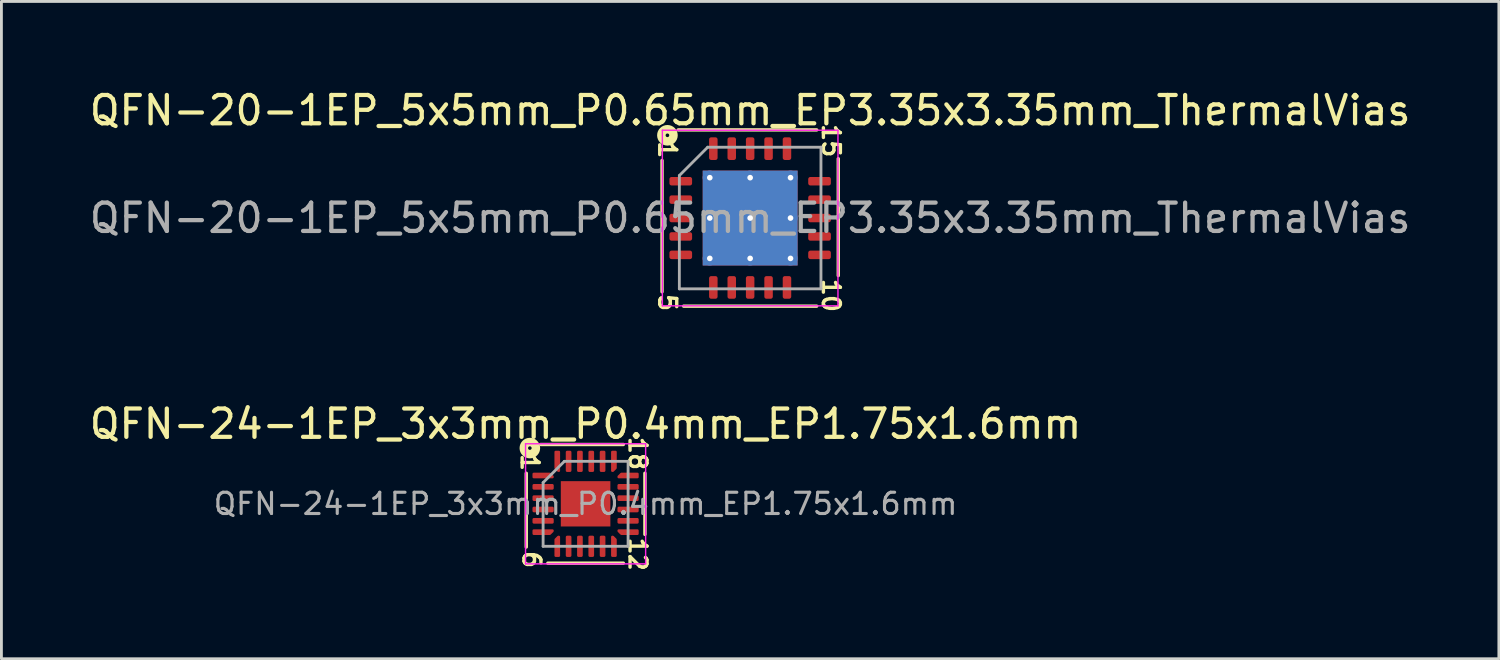
<source format=kicad_pcb>
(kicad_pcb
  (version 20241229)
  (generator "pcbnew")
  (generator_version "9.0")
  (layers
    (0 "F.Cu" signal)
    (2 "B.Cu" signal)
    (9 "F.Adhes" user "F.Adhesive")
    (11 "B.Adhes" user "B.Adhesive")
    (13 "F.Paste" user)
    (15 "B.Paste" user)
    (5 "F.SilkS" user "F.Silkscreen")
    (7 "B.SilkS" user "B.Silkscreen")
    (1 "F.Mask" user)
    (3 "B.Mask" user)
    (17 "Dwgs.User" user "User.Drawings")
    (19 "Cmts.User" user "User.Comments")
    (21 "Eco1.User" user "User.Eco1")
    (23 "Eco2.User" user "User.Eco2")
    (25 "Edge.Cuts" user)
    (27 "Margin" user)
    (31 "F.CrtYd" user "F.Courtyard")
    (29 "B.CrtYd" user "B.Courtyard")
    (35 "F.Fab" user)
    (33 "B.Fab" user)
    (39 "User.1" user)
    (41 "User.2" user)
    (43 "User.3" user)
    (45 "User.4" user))
  (footprint "QFN-24-1EP_3x3mm_P0.4mm_EP1.75x1.6mm"
    (layer "F.Cu")
    (at 17.625 14.738)
    (property "Reference" "QFN-24-1EP_3x3mm_P0.4mm_EP1.75x1.6mm" (at 0 -2.82 0) (layer "F.SilkS") (effects (font (size 1 1) (thickness 0.15))))
    (attr smd)
    (fp_line (start -2.095 -1.079) (end -2.095 1.524) (stroke (width 0.12) (type solid)) (layer "F.SilkS"))
    (fp_line (start -1.333 2.095) (end 1.333 2.095) (stroke (width 0.12) (type solid)) (layer "F.SilkS"))
    (fp_line (start 1.333 -2.095) (end -1.587 -2.095) (stroke (width 0.12) (type solid)) (layer "F.SilkS"))
    (fp_line (start 2.095 1.079) (end 2.095 -1.079) (stroke (width 0.12) (type solid)) (layer "F.SilkS"))
    (fp_circle (center -1.968 -1.968) (end -1.905 -1.968) (stroke (width 0.3) (type solid)) (fill no) (layer "F.SilkS"))
    (fp_line (start -2.12 -2.12) (end -2.12 2.12) (stroke (width 0.05) (type solid)) (layer "F.CrtYd"))
    (fp_line (start -2.12 2.12) (end 2.12 2.12) (stroke (width 0.05) (type solid)) (layer "F.CrtYd"))
    (fp_line (start 2.12 -2.12) (end -2.12 -2.12) (stroke (width 0.05) (type solid)) (layer "F.CrtYd"))
    (fp_line (start 2.12 2.12) (end 2.12 -2.12) (stroke (width 0.05) (type solid)) (layer "F.CrtYd"))
    (fp_line (start -1.5 -0.75) (end -0.75 -1.5) (stroke (width 0.1) (type solid)) (layer "F.Fab"))
    (fp_line (start -1.5 1.5) (end -1.5 -0.75) (stroke (width 0.1) (type solid)) (layer "F.Fab"))
    (fp_line (start -0.75 -1.5) (end 1.5 -1.5) (stroke (width 0.1) (type solid)) (layer "F.Fab"))
    (fp_line (start 1.5 -1.5) (end 1.5 1.5) (stroke (width 0.1) (type solid)) (layer "F.Fab"))
    (fp_line (start 1.5 1.5) (end -1.5 1.5) (stroke (width 0.1) (type solid)) (layer "F.Fab"))
    (fp_text user "6" (at -1.905 1.968 270) (unlocked yes) (layer "F.SilkS") (effects (font (size 0.6 0.6) (thickness 0.12))))
    (fp_text user "18" (at 1.841 -1.778 270) (unlocked yes) (layer "F.SilkS") (effects (font (size 0.6 0.6) (thickness 0.12))))
    (fp_text user "12" (at 1.841 1.778 270) (unlocked yes) (layer "F.SilkS") (effects (font (size 0.6 0.6) (thickness 0.12))))
    (fp_text user "1" (at -1.968 -1.46 270) (unlocked yes) (layer "F.SilkS") (effects (font (size 0.6 0.6) (thickness 0.12))))
    (fp_text user "${REFERENCE}" (at 0 0 0) (layer "F.Fab") (effects (font (size 0.75 0.75) (thickness 0.11))))
    (pad "" smd roundrect (at -0.44 -0.4) (size 0.71 0.64) (layers "F.Paste") (roundrect_rratio 0.25))
    (pad "" smd roundrect (at -0.44 0.4) (size 0.71 0.64) (layers "F.Paste") (roundrect_rratio 0.25))
    (pad "" smd roundrect (at 0.44 -0.4) (size 0.71 0.64) (layers "F.Paste") (roundrect_rratio 0.25))
    (pad "" smd roundrect (at 0.44 0.4) (size 0.71 0.64) (layers "F.Paste") (roundrect_rratio 0.25))
    (pad "1" smd custom (at -1.5 -1) (size 0.115 0.115) (layers "F.Cu" "F.Mask" "F.Paste") (options (anchor circle)) (primitives (gr_poly (pts (xy 0.335 0.037) (xy 0.335 0.06) (xy -0.335 0.06) (xy -0.335 -0.06) (xy 0.238 -0.06)) (width 0.08) (fill yes))))
    (pad "2" smd roundrect (at -1.5 -0.6) (size 0.75 0.2) (layers "F.Cu" "F.Mask" "F.Paste") (roundrect_rratio 0.25))
    (pad "3" smd roundrect (at -1.5 -0.2) (size 0.75 0.2) (layers "F.Cu" "F.Mask" "F.Paste") (roundrect_rratio 0.25))
    (pad "4" smd roundrect (at -1.5 0.2) (size 0.75 0.2) (layers "F.Cu" "F.Mask" "F.Paste") (roundrect_rratio 0.25))
    (pad "5" smd roundrect (at -1.5 0.6) (size 0.75 0.2) (layers "F.Cu" "F.Mask" "F.Paste") (roundrect_rratio 0.25))
    (pad "6" smd custom (at -1.5 1) (size 0.115 0.115) (layers "F.Cu" "F.Mask" "F.Paste") (options (anchor circle)) (primitives (gr_poly (pts (xy 0.335 -0.037) (xy 0.238 0.06) (xy -0.335 0.06) (xy -0.335 -0.06) (xy 0.335 -0.06)) (width 0.08) (fill yes))))
    (pad "7" smd custom (at -1 1.5) (size 0.115 0.115) (layers "F.Cu" "F.Mask" "F.Paste") (options (anchor circle)) (primitives (gr_poly (pts (xy 0.06 0.335) (xy -0.06 0.335) (xy -0.06 -0.238) (xy 0.037 -0.335) (xy 0.06 -0.335)) (width 0.08) (fill yes))))
    (pad "8" smd roundrect (at -0.6 1.5) (size 0.2 0.75) (layers "F.Cu" "F.Mask" "F.Paste") (roundrect_rratio 0.25))
    (pad "9" smd roundrect (at -0.2 1.5) (size 0.2 0.75) (layers "F.Cu" "F.Mask" "F.Paste") (roundrect_rratio 0.25))
    (pad "10" smd roundrect (at 0.2 1.5) (size 0.2 0.75) (layers "F.Cu" "F.Mask" "F.Paste") (roundrect_rratio 0.25))
    (pad "11" smd roundrect (at 0.6 1.5) (size 0.2 0.75) (layers "F.Cu" "F.Mask" "F.Paste") (roundrect_rratio 0.25))
    (pad "12" smd custom (at 1 1.5) (size 0.115 0.115) (layers "F.Cu" "F.Mask" "F.Paste") (options (anchor circle)) (primitives (gr_poly (pts (xy 0.06 -0.238) (xy 0.06 0.335) (xy -0.06 0.335) (xy -0.06 -0.335) (xy -0.037 -0.335)) (width 0.08) (fill yes))))
    (pad "13" smd custom (at 1.5 1) (size 0.115 0.115) (layers "F.Cu" "F.Mask" "F.Paste") (options (anchor circle)) (primitives (gr_poly (pts (xy 0.335 0.06) (xy -0.238 0.06) (xy -0.335 -0.037) (xy -0.335 -0.06) (xy 0.335 -0.06)) (width 0.08) (fill yes))))
    (pad "14" smd roundrect (at 1.5 0.6) (size 0.75 0.2) (layers "F.Cu" "F.Mask" "F.Paste") (roundrect_rratio 0.25))
    (pad "15" smd roundrect (at 1.5 0.2) (size 0.75 0.2) (layers "F.Cu" "F.Mask" "F.Paste") (roundrect_rratio 0.25))
    (pad "16" smd roundrect (at 1.5 -0.2) (size 0.75 0.2) (layers "F.Cu" "F.Mask" "F.Paste") (roundrect_rratio 0.25))
    (pad "17" smd roundrect (at 1.5 -0.6) (size 0.75 0.2) (layers "F.Cu" "F.Mask" "F.Paste") (roundrect_rratio 0.25))
    (pad "18" smd custom (at 1.5 -1) (size 0.115 0.115) (layers "F.Cu" "F.Mask" "F.Paste") (options (anchor circle)) (primitives (gr_poly (pts (xy 0.335 0.06) (xy -0.335 0.06) (xy -0.335 0.037) (xy -0.238 -0.06) (xy 0.335 -0.06)) (width 0.08) (fill yes))))
    (pad "19" smd custom (at 1 -1.5) (size 0.115 0.115) (layers "F.Cu" "F.Mask" "F.Paste") (options (anchor circle)) (primitives (gr_poly (pts (xy 0.06 0.238) (xy -0.037 0.335) (xy -0.06 0.335) (xy -0.06 -0.335) (xy 0.06 -0.335)) (width 0.08) (fill yes))))
    (pad "20" smd roundrect (at 0.6 -1.5) (size 0.2 0.75) (layers "F.Cu" "F.Mask" "F.Paste") (roundrect_rratio 0.25))
    (pad "21" smd roundrect (at 0.2 -1.5) (size 0.2 0.75) (layers "F.Cu" "F.Mask" "F.Paste") (roundrect_rratio 0.25))
    (pad "22" smd roundrect (at -0.2 -1.5) (size 0.2 0.75) (layers "F.Cu" "F.Mask" "F.Paste") (roundrect_rratio 0.25))
    (pad "23" smd roundrect (at -0.6 -1.5) (size 0.2 0.75) (layers "F.Cu" "F.Mask" "F.Paste") (roundrect_rratio 0.25))
    (pad "24" smd custom (at -1 -1.5) (size 0.115 0.115) (layers "F.Cu" "F.Mask" "F.Paste") (options (anchor circle)) (primitives (gr_poly (pts (xy 0.06 0.335) (xy 0.037 0.335) (xy -0.06 0.238) (xy -0.06 -0.335) (xy 0.06 -0.335)) (width 0.08) (fill yes))))
    (pad "25" smd rect (at 0 0) (size 1.75 1.6) (layers "F.Cu" "F.Mask")))
  (footprint "QFN-20-1EP_5x5mm_P0.65mm_EP3.35x3.35mm_ThermalVias"
    (layer "F.Cu")
    (at 23.435 4.648)
    (property "Reference" "QFN-20-1EP_5x5mm_P0.65mm_EP3.35x3.35mm_ThermalVias" (at 0 -3.8 0) (layer "F.SilkS") (effects (font (size 1 1) (thickness 0.15))))
    (attr smd)
    (fp_line (start -3.111 -2.032) (end -3.111 2.603) (stroke (width 0.12) (type solid)) (layer "F.SilkS"))
    (fp_line (start -2.349 3.111) (end 2.349 3.111) (stroke (width 0.12) (type solid)) (layer "F.SilkS"))
    (fp_line (start 2.349 -3.111) (end -2.54 -3.111) (stroke (width 0.12) (type solid)) (layer "F.SilkS"))
    (fp_line (start 3.111 2.032) (end 3.111 -2.095) (stroke (width 0.12) (type solid)) (layer "F.SilkS"))
    (fp_circle (center -2.921 -2.921) (end -2.857 -2.921) (stroke (width 0.3) (type solid)) (fill no) (layer "F.SilkS"))
    (fp_line (start -3.1 -3.1) (end -3.1 3.1) (stroke (width 0.05) (type solid)) (layer "F.CrtYd"))
    (fp_line (start -3.1 3.1) (end 3.1 3.1) (stroke (width 0.05) (type solid)) (layer "F.CrtYd"))
    (fp_line (start 3.1 -3.1) (end -3.1 -3.1) (stroke (width 0.05) (type solid)) (layer "F.CrtYd"))
    (fp_line (start 3.1 3.1) (end 3.1 -3.1) (stroke (width 0.05) (type solid)) (layer "F.CrtYd"))
    (fp_line (start -2.5 -1.5) (end -1.5 -2.5) (stroke (width 0.1) (type solid)) (layer "F.Fab"))
    (fp_line (start -2.5 2.5) (end -2.5 -1.5) (stroke (width 0.1) (type solid)) (layer "F.Fab"))
    (fp_line (start -1.5 -2.5) (end 2.5 -2.5) (stroke (width 0.1) (type solid)) (layer "F.Fab"))
    (fp_line (start 2.5 -2.5) (end 2.5 2.5) (stroke (width 0.1) (type solid)) (layer "F.Fab"))
    (fp_line (start 2.5 2.5) (end -2.5 2.5) (stroke (width 0.1) (type solid)) (layer "F.Fab"))
    (fp_text user "1" (at -2.921 -2.413 270) (unlocked yes) (layer "F.SilkS") (effects (font (size 0.6 0.6) (thickness 0.12))))
    (fp_text user "15" (at 2.857 -2.731 270) (unlocked yes) (layer "F.SilkS") (effects (font (size 0.6 0.6) (thickness 0.12))))
    (fp_text user "10" (at 2.857 2.731 270) (unlocked yes) (layer "F.SilkS") (effects (font (size 0.6 0.6) (thickness 0.12))))
    (fp_text user "5" (at -2.921 2.985 270) (unlocked yes) (layer "F.SilkS") (effects (font (size 0.6 0.6) (thickness 0.12))))
    (fp_text user "${REFERENCE}" (at 0 0 0) (layer "F.Fab") (effects (font (size 1 1) (thickness 0.15))))
    (pad "" smd roundrect (at -0.84 -0.84) (size 1.45 1.45) (layers "F.Paste") (roundrect_rratio 0.172))
    (pad "" smd roundrect (at -0.84 0.84) (size 1.45 1.45) (layers "F.Paste") (roundrect_rratio 0.172))
    (pad "" smd roundrect (at 0.84 -0.84) (size 1.45 1.45) (layers "F.Paste") (roundrect_rratio 0.172))
    (pad "" smd roundrect (at 0.84 0.84) (size 1.45 1.45) (layers "F.Paste") (roundrect_rratio 0.172))
    (pad "1" smd roundrect (at -2.45 -1.3) (size 0.8 0.3) (layers "F.Cu" "F.Mask" "F.Paste") (roundrect_rratio 0.25))
    (pad "2" smd roundrect (at -2.45 -0.65) (size 0.8 0.3) (layers "F.Cu" "F.Mask" "F.Paste") (roundrect_rratio 0.25))
    (pad "3" smd roundrect (at -2.45 0) (size 0.8 0.3) (layers "F.Cu" "F.Mask" "F.Paste") (roundrect_rratio 0.25))
    (pad "4" smd roundrect (at -2.45 0.65) (size 0.8 0.3) (layers "F.Cu" "F.Mask" "F.Paste") (roundrect_rratio 0.25))
    (pad "5" smd roundrect (at -2.45 1.3) (size 0.8 0.3) (layers "F.Cu" "F.Mask" "F.Paste") (roundrect_rratio 0.25))
    (pad "6" smd roundrect (at -1.3 2.45) (size 0.3 0.8) (layers "F.Cu" "F.Mask" "F.Paste") (roundrect_rratio 0.25))
    (pad "7" smd roundrect (at -0.65 2.45) (size 0.3 0.8) (layers "F.Cu" "F.Mask" "F.Paste") (roundrect_rratio 0.25))
    (pad "8" smd roundrect (at 0 2.45) (size 0.3 0.8) (layers "F.Cu" "F.Mask" "F.Paste") (roundrect_rratio 0.25))
    (pad "9" smd roundrect (at 0.65 2.45) (size 0.3 0.8) (layers "F.Cu" "F.Mask" "F.Paste") (roundrect_rratio 0.25))
    (pad "10" smd roundrect (at 1.3 2.45) (size 0.3 0.8) (layers "F.Cu" "F.Mask" "F.Paste") (roundrect_rratio 0.25))
    (pad "11" smd roundrect (at 2.45 1.3) (size 0.8 0.3) (layers "F.Cu" "F.Mask" "F.Paste") (roundrect_rratio 0.25))
    (pad "12" smd roundrect (at 2.45 0.65) (size 0.8 0.3) (layers "F.Cu" "F.Mask" "F.Paste") (roundrect_rratio 0.25))
    (pad "13" smd roundrect (at 2.45 0) (size 0.8 0.3) (layers "F.Cu" "F.Mask" "F.Paste") (roundrect_rratio 0.25))
    (pad "14" smd roundrect (at 2.45 -0.65) (size 0.8 0.3) (layers "F.Cu" "F.Mask" "F.Paste") (roundrect_rratio 0.25))
    (pad "15" smd roundrect (at 2.45 -1.3) (size 0.8 0.3) (layers "F.Cu" "F.Mask" "F.Paste") (roundrect_rratio 0.25))
    (pad "16" smd roundrect (at 1.3 -2.45) (size 0.3 0.8) (layers "F.Cu" "F.Mask" "F.Paste") (roundrect_rratio 0.25))
    (pad "17" smd roundrect (at 0.65 -2.45) (size 0.3 0.8) (layers "F.Cu" "F.Mask" "F.Paste") (roundrect_rratio 0.25))
    (pad "18" smd roundrect (at 0 -2.45) (size 0.3 0.8) (layers "F.Cu" "F.Mask" "F.Paste") (roundrect_rratio 0.25))
    (pad "19" smd roundrect (at -0.65 -2.45) (size 0.3 0.8) (layers "F.Cu" "F.Mask" "F.Paste") (roundrect_rratio 0.25))
    (pad "20" smd roundrect (at -1.3 -2.45) (size 0.3 0.8) (layers "F.Cu" "F.Mask" "F.Paste") (roundrect_rratio 0.25))
    (pad "21" thru_hole circle (at -1.425 -1.425) (size 0.5 0.5) (drill 0.2) (layers "*.Cu"))
    (pad "21" thru_hole circle (at -1.425 0) (size 0.5 0.5) (drill 0.2) (layers "*.Cu"))
    (pad "21" thru_hole circle (at -1.425 1.425) (size 0.5 0.5) (drill 0.2) (layers "*.Cu"))
    (pad "21" thru_hole circle (at 0 -1.425) (size 0.5 0.5) (drill 0.2) (layers "*.Cu"))
    (pad "21" thru_hole circle (at 0 0) (size 0.5 0.5) (drill 0.2) (layers "*.Cu"))
    (pad "21" smd rect (at 0 0) (size 3.35 3.35) (layers "F.Cu" "F.Mask"))
    (pad "21" smd rect (at 0 0) (size 3.35 3.35) (layers "B.Cu" "B.Mask"))
    (pad "21" thru_hole circle (at 0 1.425) (size 0.5 0.5) (drill 0.2) (layers "*.Cu"))
    (pad "21" thru_hole circle (at 1.425 -1.425) (size 0.5 0.5) (drill 0.2) (layers "*.Cu"))
    (pad "21" thru_hole circle (at 1.425 0) (size 0.5 0.5) (drill 0.2) (layers "*.Cu"))
    (pad "21" thru_hole circle (at 1.425 1.425) (size 0.5 0.5) (drill 0.2) (layers "*.Cu")))
  (gr_rect
    (start -3 -3)
    (end 49.869 20.208)
    (stroke (width 0.1) (type default))
    (fill no)
    (layer "Edge.Cuts")))
</source>
